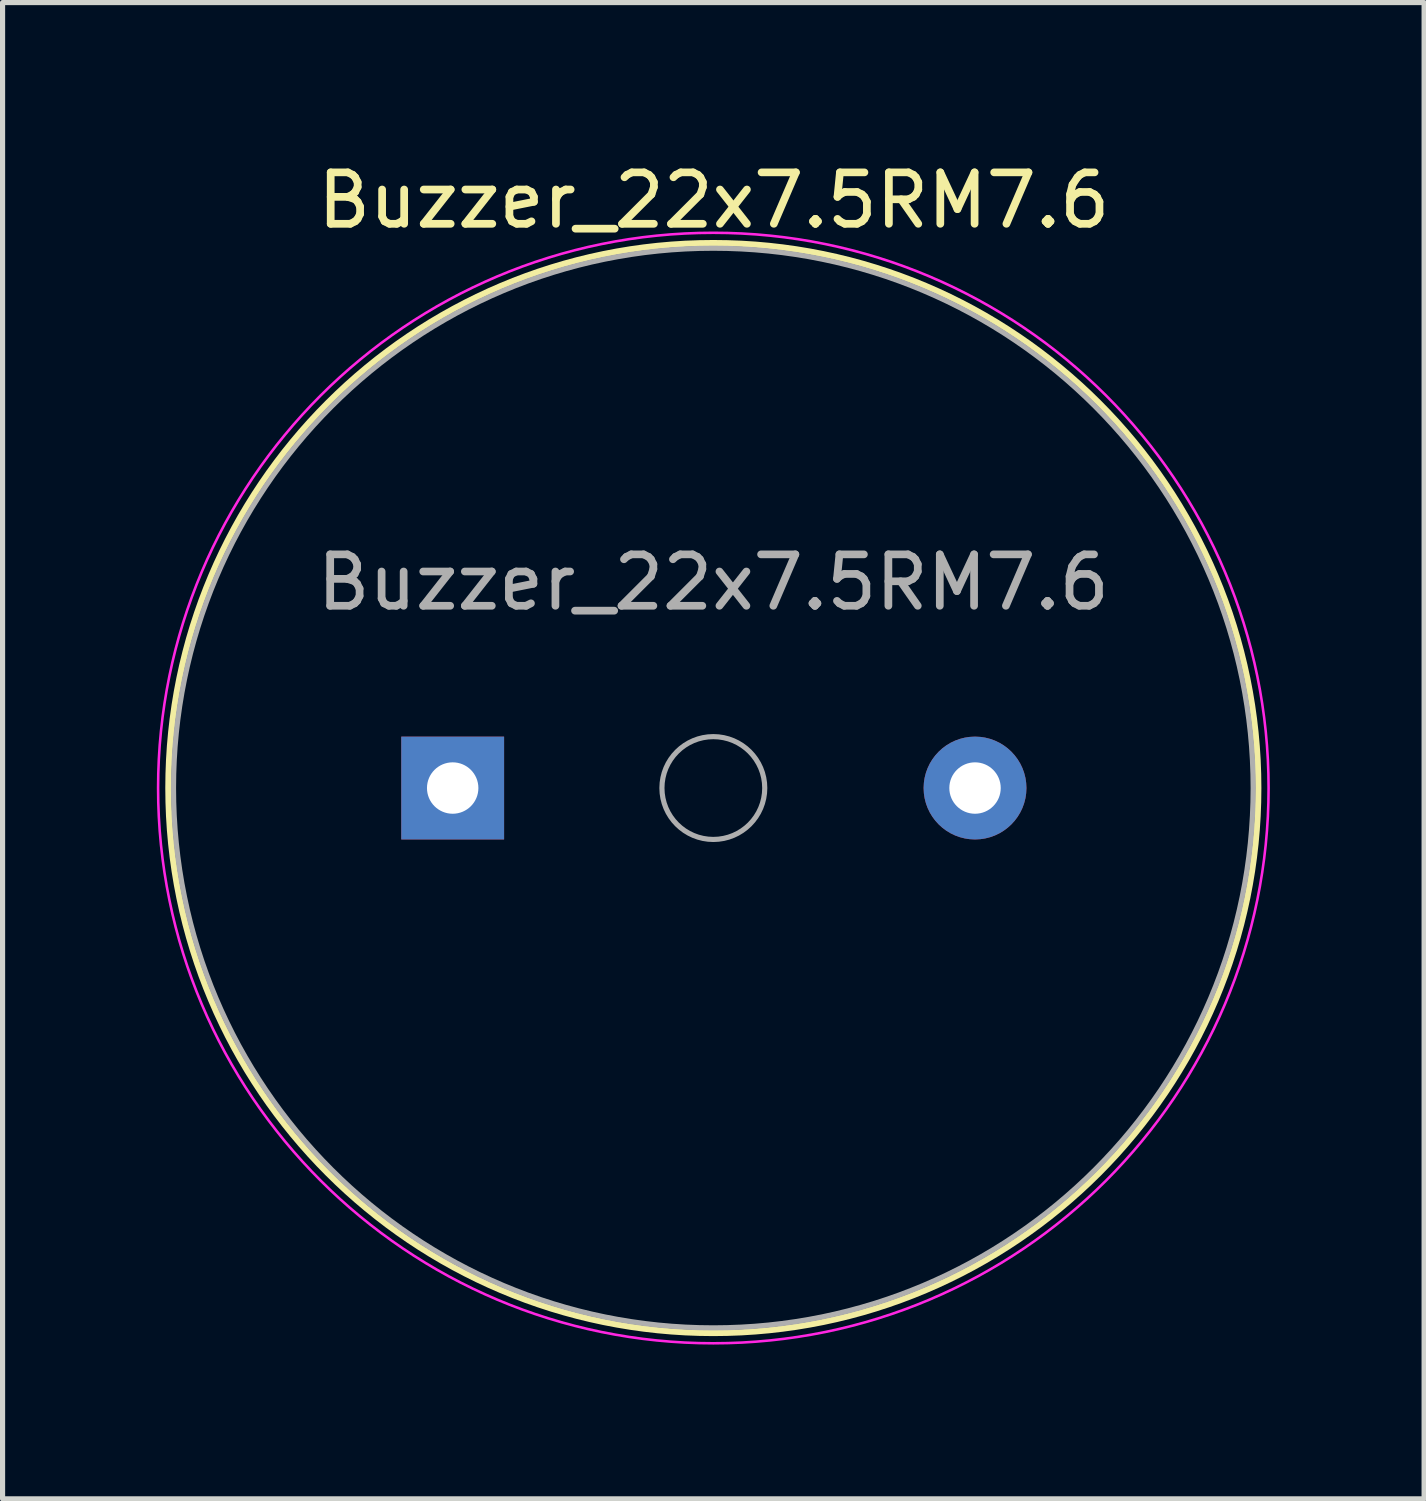
<source format=kicad_pcb>
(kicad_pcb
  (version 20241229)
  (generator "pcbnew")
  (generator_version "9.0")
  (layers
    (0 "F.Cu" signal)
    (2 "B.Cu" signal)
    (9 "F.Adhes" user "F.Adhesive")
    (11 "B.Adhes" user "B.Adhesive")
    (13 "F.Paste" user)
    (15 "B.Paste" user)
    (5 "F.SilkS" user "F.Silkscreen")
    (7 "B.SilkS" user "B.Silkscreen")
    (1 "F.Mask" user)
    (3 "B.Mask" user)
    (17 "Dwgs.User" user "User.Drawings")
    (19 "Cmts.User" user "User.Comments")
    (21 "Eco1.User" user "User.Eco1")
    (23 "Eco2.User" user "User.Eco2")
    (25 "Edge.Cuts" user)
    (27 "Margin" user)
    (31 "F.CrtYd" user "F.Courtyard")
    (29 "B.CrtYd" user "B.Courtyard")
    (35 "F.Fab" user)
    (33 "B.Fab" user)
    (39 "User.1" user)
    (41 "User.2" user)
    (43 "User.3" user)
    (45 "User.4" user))
  (footprint "Buzzer_22x7.5RM7.6"
    (layer "F.Cu")
    (at 7.025 12.278)
    (property "Reference" "Buzzer_22x7.5RM7.6" (at 3.81 -11.43 0) (layer "F.SilkS") (effects (font (size 1 1) (thickness 0.15))))
    (attr through_hole)
    (fp_circle (center 3.8 0) (end 14.4 0) (stroke (width 0.12) (type solid)) (fill no) (layer "F.SilkS"))
    (fp_circle (center 3.8 0) (end 14.6 0) (stroke (width 0.05) (type solid)) (fill no) (layer "F.CrtYd"))
    (fp_circle (center 3.8 0) (end 4.8 0) (stroke (width 0.1) (type solid)) (fill no) (layer "F.Fab"))
    (fp_circle (center 3.8 0) (end 14.3 0) (stroke (width 0.1) (type solid)) (fill no) (layer "F.Fab"))
    (fp_text user "${REFERENCE}" (at 3.8 -4 0) (layer "F.Fab") (effects (font (size 1 1) (thickness 0.15))))
    (pad "1" thru_hole rect (at -1.27 0) (size 2 2) (drill 1) (layers "*.Cu" "*.Mask"))
    (pad "2" thru_hole circle (at 8.89 0) (size 2 2) (drill 1) (layers "*.Cu" "*.Mask")))
  (gr_rect
    (start -3 -3)
    (end 24.65 26.103)
    (stroke (width 0.1) (type default))
    (fill no)
    (layer "Edge.Cuts")))
</source>
